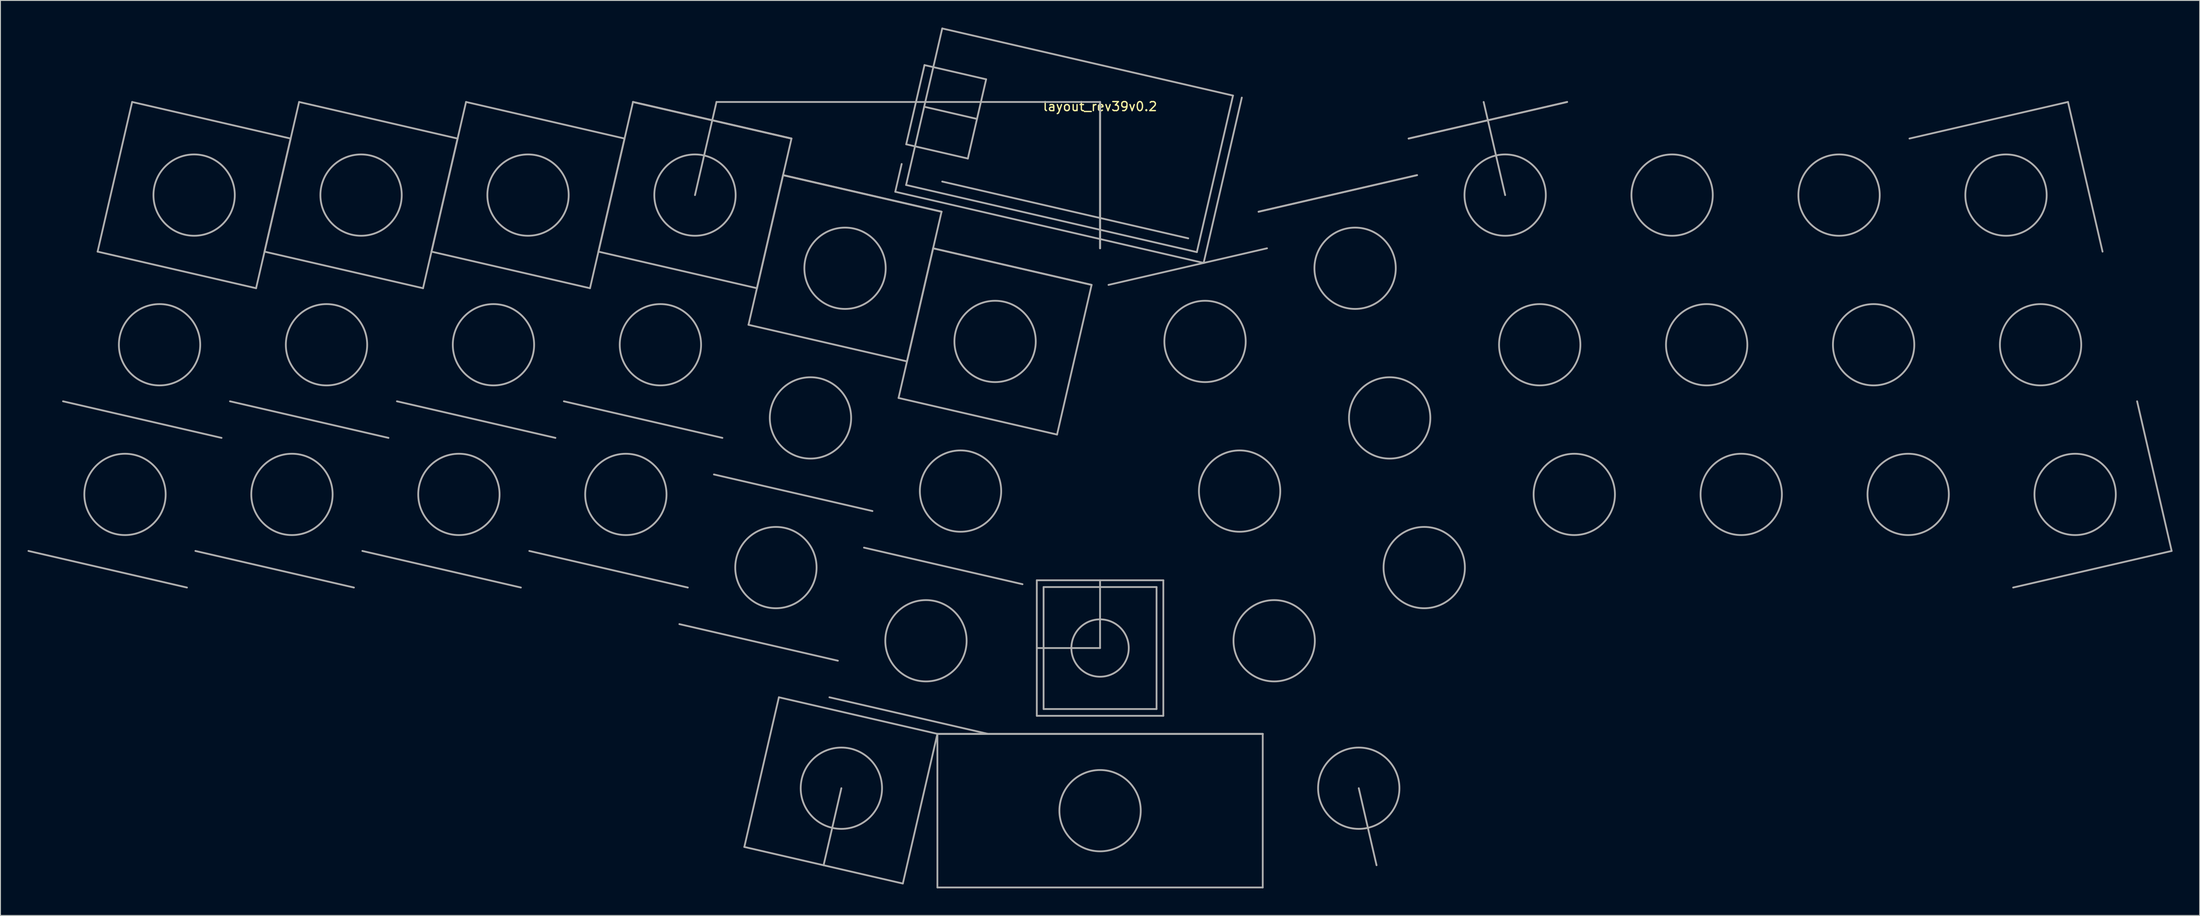
<source format=kicad_pcb>
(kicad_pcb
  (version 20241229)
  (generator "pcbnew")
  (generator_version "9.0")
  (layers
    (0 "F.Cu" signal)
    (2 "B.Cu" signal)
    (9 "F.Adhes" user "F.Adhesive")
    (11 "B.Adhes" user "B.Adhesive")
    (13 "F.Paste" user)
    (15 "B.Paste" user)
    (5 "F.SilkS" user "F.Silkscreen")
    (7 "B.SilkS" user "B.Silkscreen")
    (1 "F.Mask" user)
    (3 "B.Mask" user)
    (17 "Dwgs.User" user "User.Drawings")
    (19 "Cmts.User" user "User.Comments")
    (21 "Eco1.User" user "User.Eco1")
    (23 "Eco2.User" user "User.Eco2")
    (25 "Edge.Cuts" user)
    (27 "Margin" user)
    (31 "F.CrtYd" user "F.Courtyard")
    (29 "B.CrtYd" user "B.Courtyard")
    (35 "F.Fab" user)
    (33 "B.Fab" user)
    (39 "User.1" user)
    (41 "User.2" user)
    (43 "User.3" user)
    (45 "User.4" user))
  (footprint "layout_rev39v0.2"
    (layer "F.Cu")
    (at 118.674 8.236)
    (property "Reference" "layout_rev39v0.2" (at 0 0.5 0) (layer "F.SilkS") (effects (font (size 1 1) (thickness 0.15))))
    (attr through_hole)
    (fp_line (start -110.926 16.564) (end -93.387 20.613) (stroke (width 0.2) (type solid)) (layer "F.Fab"))
    (fp_line (start -107.102 0) (end -110.926 16.564) (stroke (width 0.2) (type solid)) (layer "F.Fab"))
    (fp_line (start -101.035 53.742) (end -118.574 49.693) (stroke (width 0.2) (type solid)) (layer "F.Fab"))
    (fp_line (start -97.211 37.178) (end -114.75 33.129) (stroke (width 0.2) (type solid)) (layer "F.Fab"))
    (fp_line (start -93.387 20.613) (end -89.563 4.049) (stroke (width 0.2) (type solid)) (layer "F.Fab"))
    (fp_line (start -92.452 16.564) (end -74.914 20.613) (stroke (width 0.2) (type solid)) (layer "F.Fab"))
    (fp_line (start -89.563 4.049) (end -107.102 0) (stroke (width 0.2) (type solid)) (layer "F.Fab"))
    (fp_line (start -88.628 0) (end -92.452 16.564) (stroke (width 0.2) (type solid)) (layer "F.Fab"))
    (fp_line (start -82.562 53.742) (end -100.101 49.693) (stroke (width 0.2) (type solid)) (layer "F.Fab"))
    (fp_line (start -78.738 37.178) (end -96.276 33.129) (stroke (width 0.2) (type solid)) (layer "F.Fab"))
    (fp_line (start -74.914 20.613) (end -71.089 4.049) (stroke (width 0.2) (type solid)) (layer "F.Fab"))
    (fp_line (start -73.979 16.564) (end -56.44 20.613) (stroke (width 0.2) (type solid)) (layer "F.Fab"))
    (fp_line (start -71.089 4.049) (end -88.628 0) (stroke (width 0.2) (type solid)) (layer "F.Fab"))
    (fp_line (start -70.155 0) (end -73.979 16.564) (stroke (width 0.2) (type solid)) (layer "F.Fab"))
    (fp_line (start -64.088 53.742) (end -81.627 49.693) (stroke (width 0.2) (type solid)) (layer "F.Fab"))
    (fp_line (start -60.264 37.178) (end -77.803 33.129) (stroke (width 0.2) (type solid)) (layer "F.Fab"))
    (fp_line (start -56.44 20.613) (end -52.616 4.049) (stroke (width 0.2) (type solid)) (layer "F.Fab"))
    (fp_line (start -55.505 16.564) (end -37.967 20.613) (stroke (width 0.2) (type solid)) (layer "F.Fab"))
    (fp_line (start -52.616 4.049) (end -70.155 0) (stroke (width 0.2) (type solid)) (layer "F.Fab"))
    (fp_line (start -51.681 0) (end -55.505 16.564) (stroke (width 0.2) (type solid)) (layer "F.Fab"))
    (fp_line (start -51.681 0) (end -34.143 4.049) (stroke (width 0.2) (type solid)) (layer "F.Fab"))
    (fp_line (start -51.681 0) (end -34.143 4.049) (stroke (width 0.2) (type solid)) (layer "F.Fab"))
    (fp_line (start -45.615 53.742) (end -63.154 49.693) (stroke (width 0.2) (type solid)) (layer "F.Fab"))
    (fp_line (start -42.444 0) (end -44.824 10.307) (stroke (width 0.2) (type solid)) (layer "F.Fab"))
    (fp_line (start -41.791 37.178) (end -59.33 33.129) (stroke (width 0.2) (type solid)) (layer "F.Fab"))
    (fp_line (start -39.363 82.454) (end -35.539 65.889) (stroke (width 0.2) (type solid)) (layer "F.Fab"))
    (fp_line (start -38.901 24.663) (end -21.363 28.712) (stroke (width 0.2) (type solid)) (layer "F.Fab"))
    (fp_line (start -37.967 20.613) (end -34.143 4.049) (stroke (width 0.2) (type solid)) (layer "F.Fab"))
    (fp_line (start -35.539 65.889) (end -18 69.938) (stroke (width 0.2) (type solid)) (layer "F.Fab"))
    (fp_line (start -35.077 8.098) (end -38.901 24.663) (stroke (width 0.2) (type solid)) (layer "F.Fab"))
    (fp_line (start -35.077 8.098) (end -17.539 12.147) (stroke (width 0.2) (type solid)) (layer "F.Fab"))
    (fp_line (start -35.077 8.098) (end -17.539 12.147) (stroke (width 0.2) (type solid)) (layer "F.Fab"))
    (fp_line (start -34.143 4.049) (end -51.681 0) (stroke (width 0.2) (type solid)) (layer "F.Fab"))
    (fp_line (start -29.011 61.84) (end -46.55 57.791) (stroke (width 0.2) (type solid)) (layer "F.Fab"))
    (fp_line (start -28.625 75.953) (end -30.593 84.478) (stroke (width 0.2) (type solid)) (layer "F.Fab"))
    (fp_line (start -25.187 45.276) (end -42.726 41.227) (stroke (width 0.2) (type solid)) (layer "F.Fab"))
    (fp_line (start -22.663 9.938) (end 11.459 17.816) (stroke (width 0.2) (type solid)) (layer "F.Fab"))
    (fp_line (start -22.298 32.761) (end -4.759 36.81) (stroke (width 0.2) (type solid)) (layer "F.Fab"))
    (fp_line (start -21.953 6.863) (end -22.663 9.938) (stroke (width 0.2) (type solid)) (layer "F.Fab"))
    (fp_line (start -21.824 86.503) (end -39.363 82.454) (stroke (width 0.2) (type solid)) (layer "F.Fab"))
    (fp_line (start -21.464 9.189) (end -17.464 -8.136) (stroke (width 0.2) (type solid)) (layer "F.Fab"))
    (fp_line (start -21.451 4.686) (end -14.63 6.261) (stroke (width 0.2) (type solid)) (layer "F.Fab"))
    (fp_line (start -21.363 28.712) (end -17.539 12.147) (stroke (width 0.2) (type solid)) (layer "F.Fab"))
    (fp_line (start -19.464 0.526) (end -13.618 1.876) (stroke (width 0.2) (type solid)) (layer "F.Fab"))
    (fp_line (start -19.426 -4.083) (end -21.451 4.686) (stroke (width 0.2) (type solid)) (layer "F.Fab"))
    (fp_line (start -18.473 16.196) (end -22.298 32.761) (stroke (width 0.2) (type solid)) (layer "F.Fab"))
    (fp_line (start -18.473 16.196) (end -0.935 20.246) (stroke (width 0.2) (type solid)) (layer "F.Fab"))
    (fp_line (start -18 69.938) (end -21.824 86.503) (stroke (width 0.2) (type solid)) (layer "F.Fab"))
    (fp_line (start -18 69.938) (end 18 69.938) (stroke (width 0.2) (type solid)) (layer "F.Fab"))
    (fp_line (start -18 69.938) (end 18 69.938) (stroke (width 0.2) (type solid)) (layer "F.Fab"))
    (fp_line (start -18 69.938) (end 18 69.938) (stroke (width 0.2) (type solid)) (layer "F.Fab"))
    (fp_line (start -18 86.938) (end -18 69.938) (stroke (width 0.2) (type solid)) (layer "F.Fab"))
    (fp_line (start -17.539 12.147) (end -35.077 8.098) (stroke (width 0.2) (type solid)) (layer "F.Fab"))
    (fp_line (start -17.466 8.808) (end 9.758 15.093) (stroke (width 0.2) (type solid)) (layer "F.Fab"))
    (fp_line (start -17.464 -8.136) (end 14.71 -0.708) (stroke (width 0.2) (type solid)) (layer "F.Fab"))
    (fp_line (start -14.63 6.261) (end -12.605 -2.509) (stroke (width 0.2) (type solid)) (layer "F.Fab"))
    (fp_line (start -12.605 -2.509) (end -19.426 -4.083) (stroke (width 0.2) (type solid)) (layer "F.Fab"))
    (fp_line (start -12.407 69.938) (end -29.946 65.889) (stroke (width 0.2) (type solid)) (layer "F.Fab"))
    (fp_line (start -8.583 53.374) (end -26.122 49.325) (stroke (width 0.2) (type solid)) (layer "F.Fab"))
    (fp_line (start -7 52.938) (end -7 67.938) (stroke (width 0.2) (type solid)) (layer "F.Fab"))
    (fp_line (start -7 60.438) (end 0 60.438) (stroke (width 0.2) (type solid)) (layer "F.Fab"))
    (fp_line (start -7 67.938) (end 7 67.938) (stroke (width 0.2) (type solid)) (layer "F.Fab"))
    (fp_line (start -6.25 53.688) (end -6.25 67.188) (stroke (width 0.2) (type solid)) (layer "F.Fab"))
    (fp_line (start -6.25 67.188) (end 6.25 67.188) (stroke (width 0.2) (type solid)) (layer "F.Fab"))
    (fp_line (start -4.759 36.81) (end -0.935 20.246) (stroke (width 0.2) (type solid)) (layer "F.Fab"))
    (fp_line (start -0.935 20.246) (end -18.473 16.196) (stroke (width 0.2) (type solid)) (layer "F.Fab"))
    (fp_line (start 0 0) (end -42.444 0) (stroke (width 0.2) (type solid)) (layer "F.Fab"))
    (fp_line (start 0 0) (end 0 16.196) (stroke (width 0.2) (type solid)) (layer "F.Fab"))
    (fp_line (start 0 0) (end 0 16.196) (stroke (width 0.2) (type solid)) (layer "F.Fab"))
    (fp_line (start 0 0) (end 0 16.196) (stroke (width 0.2) (type solid)) (layer "F.Fab"))
    (fp_line (start 0 60.438) (end 0 52.938) (stroke (width 0.2) (type solid)) (layer "F.Fab"))
    (fp_line (start 6.25 53.688) (end -6.25 53.688) (stroke (width 0.2) (type solid)) (layer "F.Fab"))
    (fp_line (start 6.25 67.188) (end 6.25 53.688) (stroke (width 0.2) (type solid)) (layer "F.Fab"))
    (fp_line (start 7 52.938) (end -7 52.938) (stroke (width 0.2) (type solid)) (layer "F.Fab"))
    (fp_line (start 7 67.938) (end 7 52.938) (stroke (width 0.2) (type solid)) (layer "F.Fab"))
    (fp_line (start 10.71 16.616) (end -21.464 9.189) (stroke (width 0.2) (type solid)) (layer "F.Fab"))
    (fp_line (start 11.459 17.816) (end 15.684 -0.483) (stroke (width 0.2) (type solid)) (layer "F.Fab"))
    (fp_line (start 14.71 -0.708) (end 10.71 16.616) (stroke (width 0.2) (type solid)) (layer "F.Fab"))
    (fp_line (start 18 69.938) (end 18 86.938) (stroke (width 0.2) (type solid)) (layer "F.Fab"))
    (fp_line (start 18 86.938) (end -18 86.938) (stroke (width 0.2) (type solid)) (layer "F.Fab"))
    (fp_line (start 18.473 16.196) (end 0.935 20.246) (stroke (width 0.2) (type solid)) (layer "F.Fab"))
    (fp_line (start 28.625 75.953) (end 30.593 84.478) (stroke (width 0.2) (type solid)) (layer "F.Fab"))
    (fp_line (start 35.077 8.098) (end 17.539 12.147) (stroke (width 0.2) (type solid)) (layer "F.Fab"))
    (fp_line (start 35.077 8.098) (end 17.539 12.147) (stroke (width 0.2) (type solid)) (layer "F.Fab"))
    (fp_line (start 42.444 0) (end 44.824 10.307) (stroke (width 0.2) (type solid)) (layer "F.Fab"))
    (fp_line (start 51.681 0) (end 34.143 4.049) (stroke (width 0.2) (type solid)) (layer "F.Fab"))
    (fp_line (start 51.681 0) (end 34.143 4.049) (stroke (width 0.2) (type solid)) (layer "F.Fab"))
    (fp_line (start 101.035 53.742) (end 118.574 49.693) (stroke (width 0.2) (type solid)) (layer "F.Fab"))
    (fp_line (start 107.102 0) (end 89.563 4.049) (stroke (width 0.2) (type solid)) (layer "F.Fab"))
    (fp_line (start 110.926 16.564) (end 107.102 0) (stroke (width 0.2) (type solid)) (layer "F.Fab"))
    (fp_line (start 118.574 49.693) (end 114.75 33.129) (stroke (width 0.2) (type solid)) (layer "F.Fab"))
    (fp_circle (center -107.893 43.435) (end -103.393 43.435) (stroke (width 0.2) (type solid)) (fill no) (layer "F.Fab"))
    (fp_circle (center -104.069 26.871) (end -99.569 26.871) (stroke (width 0.2) (type solid)) (fill no) (layer "F.Fab"))
    (fp_circle (center -100.244 10.307) (end -95.744 10.307) (stroke (width 0.2) (type solid)) (fill no) (layer "F.Fab"))
    (fp_circle (center -89.419 43.435) (end -84.919 43.435) (stroke (width 0.2) (type solid)) (fill no) (layer "F.Fab"))
    (fp_circle (center -85.595 26.871) (end -81.095 26.871) (stroke (width 0.2) (type solid)) (fill no) (layer "F.Fab"))
    (fp_circle (center -81.771 10.307) (end -77.271 10.307) (stroke (width 0.2) (type solid)) (fill no) (layer "F.Fab"))
    (fp_circle (center -70.946 43.435) (end -66.446 43.435) (stroke (width 0.2) (type solid)) (fill no) (layer "F.Fab"))
    (fp_circle (center -67.122 26.871) (end -62.622 26.871) (stroke (width 0.2) (type solid)) (fill no) (layer "F.Fab"))
    (fp_circle (center -63.297 10.307) (end -58.797 10.307) (stroke (width 0.2) (type solid)) (fill no) (layer "F.Fab"))
    (fp_circle (center -52.472 43.435) (end -47.972 43.435) (stroke (width 0.2) (type solid)) (fill no) (layer "F.Fab"))
    (fp_circle (center -48.648 26.871) (end -44.148 26.871) (stroke (width 0.2) (type solid)) (fill no) (layer "F.Fab"))
    (fp_circle (center -44.824 10.307) (end -40.324 10.307) (stroke (width 0.2) (type solid)) (fill no) (layer "F.Fab"))
    (fp_circle (center -35.868 51.534) (end -31.368 51.534) (stroke (width 0.2) (type solid)) (fill no) (layer "F.Fab"))
    (fp_circle (center -32.044 34.969) (end -27.544 34.969) (stroke (width 0.2) (type solid)) (fill no) (layer "F.Fab"))
    (fp_circle (center -28.625 75.953) (end -24.125 75.953) (stroke (width 0.2) (type solid)) (fill no) (layer "F.Fab"))
    (fp_circle (center -28.22 18.405) (end -23.72 18.405) (stroke (width 0.2) (type solid)) (fill no) (layer "F.Fab"))
    (fp_circle (center -19.265 59.632) (end -14.765 59.632) (stroke (width 0.2) (type solid)) (fill no) (layer "F.Fab"))
    (fp_circle (center -15.44 43.067) (end -10.94 43.067) (stroke (width 0.2) (type solid)) (fill no) (layer "F.Fab"))
    (fp_circle (center -11.616 26.503) (end -7.116 26.503) (stroke (width 0.2) (type solid)) (fill no) (layer "F.Fab"))
    (fp_circle (center 0 60.438) (end 3.175 60.438) (stroke (width 0.2) (type solid)) (fill no) (layer "F.Fab"))
    (fp_circle (center 0 78.438) (end 4.5 78.438) (stroke (width 0.2) (type solid)) (fill no) (layer "F.Fab"))
    (fp_circle (center 11.616 26.503) (end 16.116 26.503) (stroke (width 0.2) (type solid)) (fill no) (layer "F.Fab"))
    (fp_circle (center 15.44 43.067) (end 19.94 43.067) (stroke (width 0.2) (type solid)) (fill no) (layer "F.Fab"))
    (fp_circle (center 19.265 59.632) (end 23.765 59.632) (stroke (width 0.2) (type solid)) (fill no) (layer "F.Fab"))
    (fp_circle (center 28.22 18.405) (end 32.72 18.405) (stroke (width 0.2) (type solid)) (fill no) (layer "F.Fab"))
    (fp_circle (center 28.625 75.953) (end 33.125 75.953) (stroke (width 0.2) (type solid)) (fill no) (layer "F.Fab"))
    (fp_circle (center 32.044 34.969) (end 36.544 34.969) (stroke (width 0.2) (type solid)) (fill no) (layer "F.Fab"))
    (fp_circle (center 35.868 51.534) (end 40.368 51.534) (stroke (width 0.2) (type solid)) (fill no) (layer "F.Fab"))
    (fp_circle (center 44.824 10.307) (end 49.324 10.307) (stroke (width 0.2) (type solid)) (fill no) (layer "F.Fab"))
    (fp_circle (center 48.648 26.871) (end 53.148 26.871) (stroke (width 0.2) (type solid)) (fill no) (layer "F.Fab"))
    (fp_circle (center 52.472 43.435) (end 56.972 43.435) (stroke (width 0.2) (type solid)) (fill no) (layer "F.Fab"))
    (fp_circle (center 63.297 10.307) (end 67.797 10.307) (stroke (width 0.2) (type solid)) (fill no) (layer "F.Fab"))
    (fp_circle (center 67.122 26.871) (end 71.622 26.871) (stroke (width 0.2) (type solid)) (fill no) (layer "F.Fab"))
    (fp_circle (center 70.946 43.435) (end 75.446 43.435) (stroke (width 0.2) (type solid)) (fill no) (layer "F.Fab"))
    (fp_circle (center 81.771 10.307) (end 86.271 10.307) (stroke (width 0.2) (type solid)) (fill no) (layer "F.Fab"))
    (fp_circle (center 85.595 26.871) (end 90.095 26.871) (stroke (width 0.2) (type solid)) (fill no) (layer "F.Fab"))
    (fp_circle (center 89.419 43.435) (end 93.919 43.435) (stroke (width 0.2) (type solid)) (fill no) (layer "F.Fab"))
    (fp_circle (center 100.244 10.307) (end 104.744 10.307) (stroke (width 0.2) (type solid)) (fill no) (layer "F.Fab"))
    (fp_circle (center 104.069 26.871) (end 108.569 26.871) (stroke (width 0.2) (type solid)) (fill no) (layer "F.Fab"))
    (fp_circle (center 107.893 43.435) (end 112.393 43.435) (stroke (width 0.2) (type solid)) (fill no) (layer "F.Fab")))
  (gr_rect
    (start -3 -3)
    (end 240.348 98.274)
    (stroke (width 0.1) (type default))
    (fill no)
    (layer "Edge.Cuts")))
</source>
